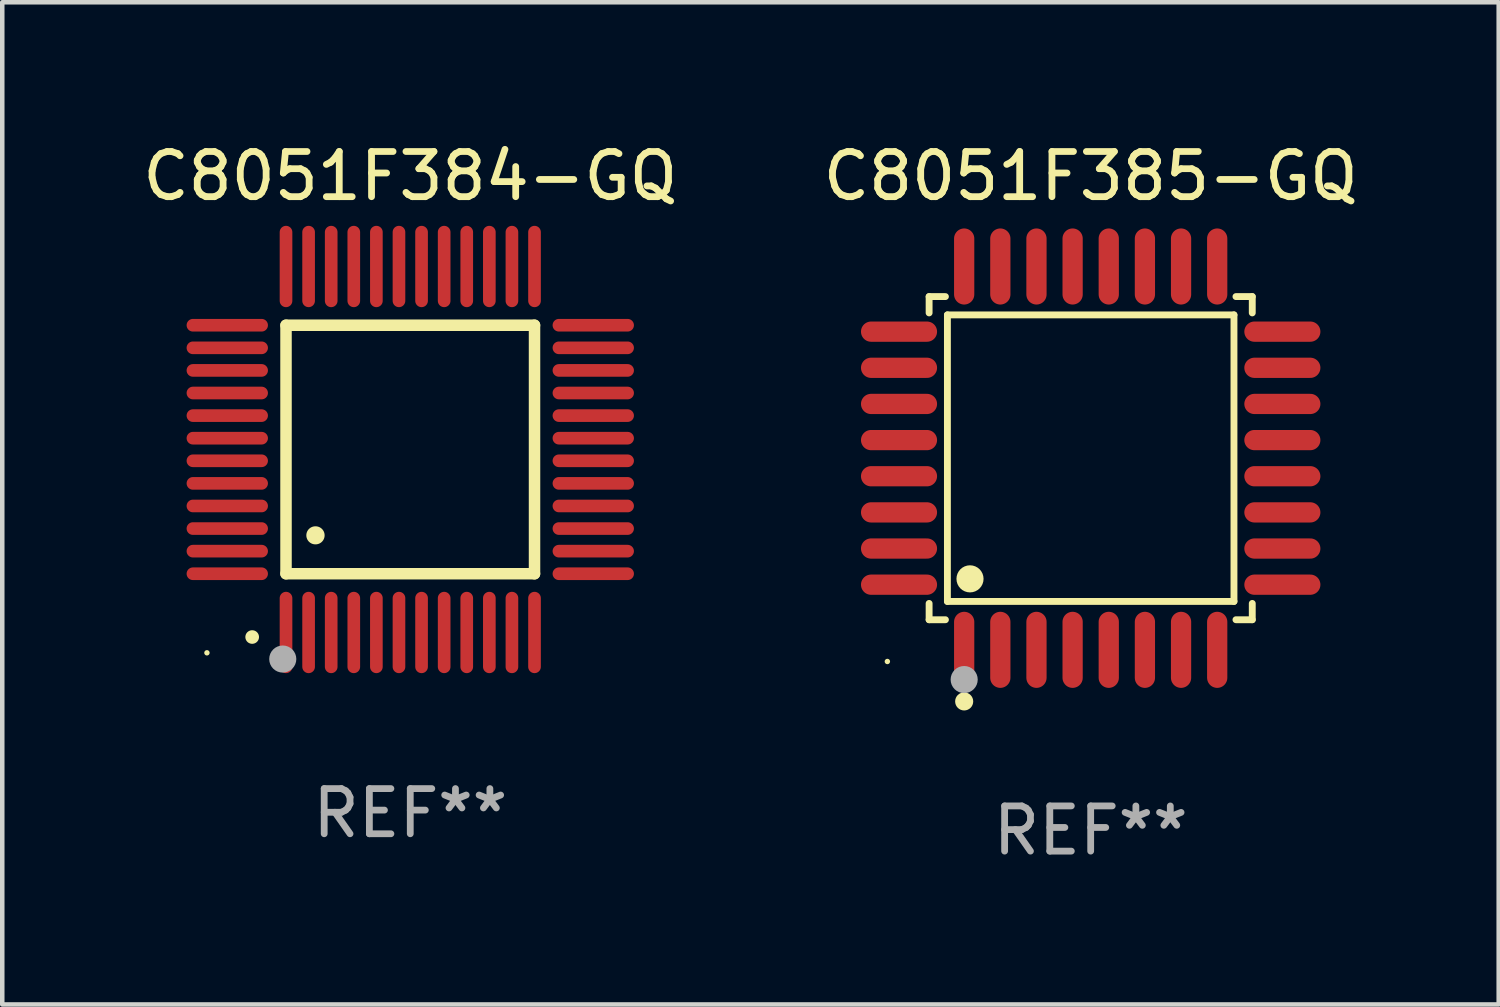
<source format=kicad_pcb>
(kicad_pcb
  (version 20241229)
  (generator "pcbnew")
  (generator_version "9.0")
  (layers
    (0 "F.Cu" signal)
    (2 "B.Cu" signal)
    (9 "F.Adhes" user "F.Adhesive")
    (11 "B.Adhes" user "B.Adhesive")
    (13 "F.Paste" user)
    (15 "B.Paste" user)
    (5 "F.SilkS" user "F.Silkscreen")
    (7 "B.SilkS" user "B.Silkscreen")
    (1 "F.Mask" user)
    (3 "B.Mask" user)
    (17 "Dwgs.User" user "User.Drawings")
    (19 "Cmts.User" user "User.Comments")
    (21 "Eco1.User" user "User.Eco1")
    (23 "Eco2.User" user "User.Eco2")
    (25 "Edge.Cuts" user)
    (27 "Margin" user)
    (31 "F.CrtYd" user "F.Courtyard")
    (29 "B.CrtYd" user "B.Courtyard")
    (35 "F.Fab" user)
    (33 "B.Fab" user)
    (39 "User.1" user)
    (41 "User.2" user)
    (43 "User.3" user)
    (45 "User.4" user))
  (footprint "C8051F384-GQ"
    (layer "F.Cu")
    (at 6.03 6.898)
    (property "Reference" "C8051F384-GQ" (at 0 -6.05 0) (layer "F.SilkS") (effects (font (size 1 1) (thickness 0.15))))
    (attr through_hole)
    (fp_line (start -2.75 -2.75) (end 2.75 -2.75) (stroke (width 0.254) (type solid)) (layer "F.SilkS"))
    (fp_line (start -2.75 2.75) (end -2.75 -2.75) (stroke (width 0.254) (type solid)) (layer "F.SilkS"))
    (fp_line (start 2.75 -2.75) (end 2.75 2.75) (stroke (width 0.254) (type solid)) (layer "F.SilkS"))
    (fp_line (start 2.75 2.75) (end -2.75 2.75) (stroke (width 0.254) (type solid)) (layer "F.SilkS"))
    (fp_arc (start -3.500127 4.150368) (mid -3.498857 4.150363) (end -3.497587 4.150368) (stroke (width 0.3) (type solid)) (layer "F.SilkS"))
    (fp_arc (start -2.100584 1.899924) (mid -2.098044 1.899908) (end -2.095504 1.899924) (stroke (width 0.4) (type solid)) (layer "F.SilkS"))
    (fp_circle (center -4.5 4.5) (end -4.47 4.5) (stroke (width 0.06) (type solid)) (fill no) (layer "F.SilkS"))
    (fp_circle (center -2.822 4.638) (end -2.672 4.638) (stroke (width 0.3) (type solid)) (fill no) (layer "F.Fab"))
    (fp_text user "REF**" (at 0 8.05 0) (layer "F.Fab") (effects (font (size 1 1) (thickness 0.15))))
    (pad "1" smd oval (at -2.75 4.05) (size 0.28 1.8) (layers "F.Cu" "F.Mask" "F.Paste"))
    (pad "2" smd oval (at -2.25 4.05) (size 0.28 1.8) (layers "F.Cu" "F.Mask" "F.Paste"))
    (pad "3" smd oval (at -1.75 4.05) (size 0.28 1.8) (layers "F.Cu" "F.Mask" "F.Paste"))
    (pad "4" smd oval (at -1.25 4.05) (size 0.28 1.8) (layers "F.Cu" "F.Mask" "F.Paste"))
    (pad "5" smd oval (at -0.75 4.05) (size 0.28 1.8) (layers "F.Cu" "F.Mask" "F.Paste"))
    (pad "6" smd oval (at -0.25 4.05) (size 0.28 1.8) (layers "F.Cu" "F.Mask" "F.Paste"))
    (pad "7" smd oval (at 0.25 4.05) (size 0.28 1.8) (layers "F.Cu" "F.Mask" "F.Paste"))
    (pad "8" smd oval (at 0.75 4.05) (size 0.28 1.8) (layers "F.Cu" "F.Mask" "F.Paste"))
    (pad "9" smd oval (at 1.25 4.05) (size 0.28 1.8) (layers "F.Cu" "F.Mask" "F.Paste"))
    (pad "10" smd oval (at 1.75 4.05) (size 0.28 1.8) (layers "F.Cu" "F.Mask" "F.Paste"))
    (pad "11" smd oval (at 2.25 4.05) (size 0.28 1.8) (layers "F.Cu" "F.Mask" "F.Paste"))
    (pad "12" smd oval (at 2.75 4.05) (size 0.28 1.8) (layers "F.Cu" "F.Mask" "F.Paste"))
    (pad "13" smd oval (at 4.05 2.75) (size 1.8 0.28) (layers "F.Cu" "F.Mask" "F.Paste"))
    (pad "14" smd oval (at 4.05 2.25) (size 1.8 0.28) (layers "F.Cu" "F.Mask" "F.Paste"))
    (pad "15" smd oval (at 4.05 1.75) (size 1.8 0.28) (layers "F.Cu" "F.Mask" "F.Paste"))
    (pad "16" smd oval (at 4.05 1.25) (size 1.8 0.28) (layers "F.Cu" "F.Mask" "F.Paste"))
    (pad "17" smd oval (at 4.05 0.75) (size 1.8 0.28) (layers "F.Cu" "F.Mask" "F.Paste"))
    (pad "18" smd oval (at 4.05 0.25) (size 1.8 0.28) (layers "F.Cu" "F.Mask" "F.Paste"))
    (pad "19" smd oval (at 4.05 -0.25) (size 1.8 0.28) (layers "F.Cu" "F.Mask" "F.Paste"))
    (pad "20" smd oval (at 4.05 -0.75) (size 1.8 0.28) (layers "F.Cu" "F.Mask" "F.Paste"))
    (pad "21" smd oval (at 4.05 -1.25) (size 1.8 0.28) (layers "F.Cu" "F.Mask" "F.Paste"))
    (pad "22" smd oval (at 4.05 -1.75) (size 1.8 0.28) (layers "F.Cu" "F.Mask" "F.Paste"))
    (pad "23" smd oval (at 4.05 -2.25) (size 1.8 0.28) (layers "F.Cu" "F.Mask" "F.Paste"))
    (pad "24" smd oval (at 4.05 -2.75) (size 1.8 0.28) (layers "F.Cu" "F.Mask" "F.Paste"))
    (pad "25" smd oval (at 2.75 -4.05) (size 0.28 1.8) (layers "F.Cu" "F.Mask" "F.Paste"))
    (pad "26" smd oval (at 2.25 -4.05) (size 0.28 1.8) (layers "F.Cu" "F.Mask" "F.Paste"))
    (pad "27" smd oval (at 1.75 -4.05) (size 0.28 1.8) (layers "F.Cu" "F.Mask" "F.Paste"))
    (pad "28" smd oval (at 1.25 -4.05) (size 0.28 1.8) (layers "F.Cu" "F.Mask" "F.Paste"))
    (pad "29" smd oval (at 0.75 -4.05) (size 0.28 1.8) (layers "F.Cu" "F.Mask" "F.Paste"))
    (pad "30" smd oval (at 0.25 -4.05) (size 0.28 1.8) (layers "F.Cu" "F.Mask" "F.Paste"))
    (pad "31" smd oval (at -0.25 -4.05) (size 0.28 1.8) (layers "F.Cu" "F.Mask" "F.Paste"))
    (pad "32" smd oval (at -0.75 -4.05) (size 0.28 1.8) (layers "F.Cu" "F.Mask" "F.Paste"))
    (pad "33" smd oval (at -1.25 -4.05) (size 0.28 1.8) (layers "F.Cu" "F.Mask" "F.Paste"))
    (pad "34" smd oval (at -1.75 -4.05) (size 0.28 1.8) (layers "F.Cu" "F.Mask" "F.Paste"))
    (pad "35" smd oval (at -2.25 -4.05) (size 0.28 1.8) (layers "F.Cu" "F.Mask" "F.Paste"))
    (pad "36" smd oval (at -2.75 -4.05) (size 0.28 1.8) (layers "F.Cu" "F.Mask" "F.Paste"))
    (pad "37" smd oval (at -4.05 -2.75) (size 1.8 0.28) (layers "F.Cu" "F.Mask" "F.Paste"))
    (pad "38" smd oval (at -4.05 -2.25) (size 1.8 0.28) (layers "F.Cu" "F.Mask" "F.Paste"))
    (pad "39" smd oval (at -4.05 -1.75) (size 1.8 0.28) (layers "F.Cu" "F.Mask" "F.Paste"))
    (pad "40" smd oval (at -4.05 -1.25) (size 1.8 0.28) (layers "F.Cu" "F.Mask" "F.Paste"))
    (pad "41" smd oval (at -4.05 -0.75) (size 1.8 0.28) (layers "F.Cu" "F.Mask" "F.Paste"))
    (pad "42" smd oval (at -4.05 -0.25) (size 1.8 0.28) (layers "F.Cu" "F.Mask" "F.Paste"))
    (pad "43" smd oval (at -4.05 0.25) (size 1.8 0.28) (layers "F.Cu" "F.Mask" "F.Paste"))
    (pad "44" smd oval (at -4.05 0.75) (size 1.8 0.28) (layers "F.Cu" "F.Mask" "F.Paste"))
    (pad "45" smd oval (at -4.05 1.25) (size 1.8 0.28) (layers "F.Cu" "F.Mask" "F.Paste"))
    (pad "46" smd oval (at -4.05 1.75) (size 1.8 0.28) (layers "F.Cu" "F.Mask" "F.Paste"))
    (pad "47" smd oval (at -4.05 2.25) (size 1.8 0.28) (layers "F.Cu" "F.Mask" "F.Paste"))
    (pad "48" smd oval (at -4.05 2.75) (size 1.8 0.28) (layers "F.Cu" "F.Mask" "F.Paste")))
  (footprint "C8051F385-GQ"
    (layer "F.Cu")
    (at 21.089 7.09)
    (property "Reference" "C8051F385-GQ" (at 0 -6.242 0) (layer "F.SilkS") (effects (font (size 1 1) (thickness 0.15))))
    (attr through_hole)
    (fp_line (start -3.576 -3.576) (end -3.215 -3.576) (stroke (width 0.152) (type solid)) (layer "F.SilkS"))
    (fp_line (start -3.576 -3.215) (end -3.576 -3.576) (stroke (width 0.152) (type solid)) (layer "F.SilkS"))
    (fp_line (start -3.576 3.215) (end -3.576 3.576) (stroke (width 0.152) (type solid)) (layer "F.SilkS"))
    (fp_line (start -3.576 3.576) (end -3.215 3.576) (stroke (width 0.152) (type solid)) (layer "F.SilkS"))
    (fp_line (start -3.171 -3.171) (end 3.171 -3.171) (stroke (width 0.152) (type solid)) (layer "F.SilkS"))
    (fp_line (start -3.171 3.171) (end -3.171 -3.171) (stroke (width 0.152) (type solid)) (layer "F.SilkS"))
    (fp_line (start 3.171 -3.171) (end 3.171 3.171) (stroke (width 0.152) (type solid)) (layer "F.SilkS"))
    (fp_line (start 3.171 3.171) (end -3.171 3.171) (stroke (width 0.152) (type solid)) (layer "F.SilkS"))
    (fp_line (start 3.576 -3.576) (end 3.215 -3.576) (stroke (width 0.152) (type solid)) (layer "F.SilkS"))
    (fp_line (start 3.576 -3.215) (end 3.576 -3.576) (stroke (width 0.152) (type solid)) (layer "F.SilkS"))
    (fp_line (start 3.576 3.215) (end 3.576 3.576) (stroke (width 0.152) (type solid)) (layer "F.SilkS"))
    (fp_line (start 3.576 3.576) (end 3.215 3.576) (stroke (width 0.152) (type solid)) (layer "F.SilkS"))
    (fp_circle (center -4.5 4.5) (end -4.47 4.5) (stroke (width 0.06) (type solid)) (fill no) (layer "F.SilkS"))
    (fp_circle (center -2.8 5.384) (end -2.7 5.384) (stroke (width 0.2) (type solid)) (fill no) (layer "F.SilkS"))
    (fp_circle (center -2.671 2.671) (end -2.521 2.671) (stroke (width 0.3) (type solid)) (fill no) (layer "F.SilkS"))
    (fp_circle (center -2.8 4.9) (end -2.65 4.9) (stroke (width 0.3) (type solid)) (fill no) (layer "F.Fab"))
    (fp_text user "REF**" (at 0 8.242 0) (layer "F.Fab") (effects (font (size 1 1) (thickness 0.15))))
    (pad "1" smd oval (at -2.8 4.242) (size 0.448 1.684) (layers "F.Cu" "F.Mask" "F.Paste"))
    (pad "2" smd oval (at -2 4.242) (size 0.448 1.684) (layers "F.Cu" "F.Mask" "F.Paste"))
    (pad "3" smd oval (at -1.2 4.242) (size 0.448 1.684) (layers "F.Cu" "F.Mask" "F.Paste"))
    (pad "4" smd oval (at -0.4 4.242) (size 0.448 1.684) (layers "F.Cu" "F.Mask" "F.Paste"))
    (pad "5" smd oval (at 0.4 4.242) (size 0.448 1.684) (layers "F.Cu" "F.Mask" "F.Paste"))
    (pad "6" smd oval (at 1.2 4.242) (size 0.448 1.684) (layers "F.Cu" "F.Mask" "F.Paste"))
    (pad "7" smd oval (at 2 4.242) (size 0.448 1.684) (layers "F.Cu" "F.Mask" "F.Paste"))
    (pad "8" smd oval (at 2.8 4.242) (size 0.448 1.684) (layers "F.Cu" "F.Mask" "F.Paste"))
    (pad "9" smd oval (at 4.242 2.8) (size 1.684 0.448) (layers "F.Cu" "F.Mask" "F.Paste"))
    (pad "10" smd oval (at 4.242 2) (size 1.684 0.448) (layers "F.Cu" "F.Mask" "F.Paste"))
    (pad "11" smd oval (at 4.242 1.2) (size 1.684 0.448) (layers "F.Cu" "F.Mask" "F.Paste"))
    (pad "12" smd oval (at 4.242 0.4) (size 1.684 0.448) (layers "F.Cu" "F.Mask" "F.Paste"))
    (pad "13" smd oval (at 4.242 -0.4) (size 1.684 0.448) (layers "F.Cu" "F.Mask" "F.Paste"))
    (pad "14" smd oval (at 4.242 -1.2) (size 1.684 0.448) (layers "F.Cu" "F.Mask" "F.Paste"))
    (pad "15" smd oval (at 4.242 -2) (size 1.684 0.448) (layers "F.Cu" "F.Mask" "F.Paste"))
    (pad "16" smd oval (at 4.242 -2.8) (size 1.684 0.448) (layers "F.Cu" "F.Mask" "F.Paste"))
    (pad "17" smd oval (at 2.8 -4.242) (size 0.448 1.684) (layers "F.Cu" "F.Mask" "F.Paste"))
    (pad "18" smd oval (at 2 -4.242) (size 0.448 1.684) (layers "F.Cu" "F.Mask" "F.Paste"))
    (pad "19" smd oval (at 1.2 -4.242) (size 0.448 1.684) (layers "F.Cu" "F.Mask" "F.Paste"))
    (pad "20" smd oval (at 0.4 -4.242) (size 0.448 1.684) (layers "F.Cu" "F.Mask" "F.Paste"))
    (pad "21" smd oval (at -0.4 -4.242) (size 0.448 1.684) (layers "F.Cu" "F.Mask" "F.Paste"))
    (pad "22" smd oval (at -1.2 -4.242) (size 0.448 1.684) (layers "F.Cu" "F.Mask" "F.Paste"))
    (pad "23" smd oval (at -2 -4.242) (size 0.448 1.684) (layers "F.Cu" "F.Mask" "F.Paste"))
    (pad "24" smd oval (at -2.8 -4.242) (size 0.448 1.684) (layers "F.Cu" "F.Mask" "F.Paste"))
    (pad "25" smd oval (at -4.242 -2.8) (size 1.684 0.448) (layers "F.Cu" "F.Mask" "F.Paste"))
    (pad "26" smd oval (at -4.242 -2) (size 1.684 0.448) (layers "F.Cu" "F.Mask" "F.Paste"))
    (pad "27" smd oval (at -4.242 -1.2) (size 1.684 0.448) (layers "F.Cu" "F.Mask" "F.Paste"))
    (pad "28" smd oval (at -4.242 -0.4) (size 1.684 0.448) (layers "F.Cu" "F.Mask" "F.Paste"))
    (pad "29" smd oval (at -4.242 0.4) (size 1.684 0.448) (layers "F.Cu" "F.Mask" "F.Paste"))
    (pad "30" smd oval (at -4.242 1.2) (size 1.684 0.448) (layers "F.Cu" "F.Mask" "F.Paste"))
    (pad "31" smd oval (at -4.242 2) (size 1.684 0.448) (layers "F.Cu" "F.Mask" "F.Paste"))
    (pad "32" smd oval (at -4.242 2.8) (size 1.684 0.448) (layers "F.Cu" "F.Mask" "F.Paste")))
  (gr_rect
    (start -3 -3)
    (end 30.119 19.181)
    (stroke (width 0.1) (type default))
    (fill no)
    (layer "Edge.Cuts")))
</source>
